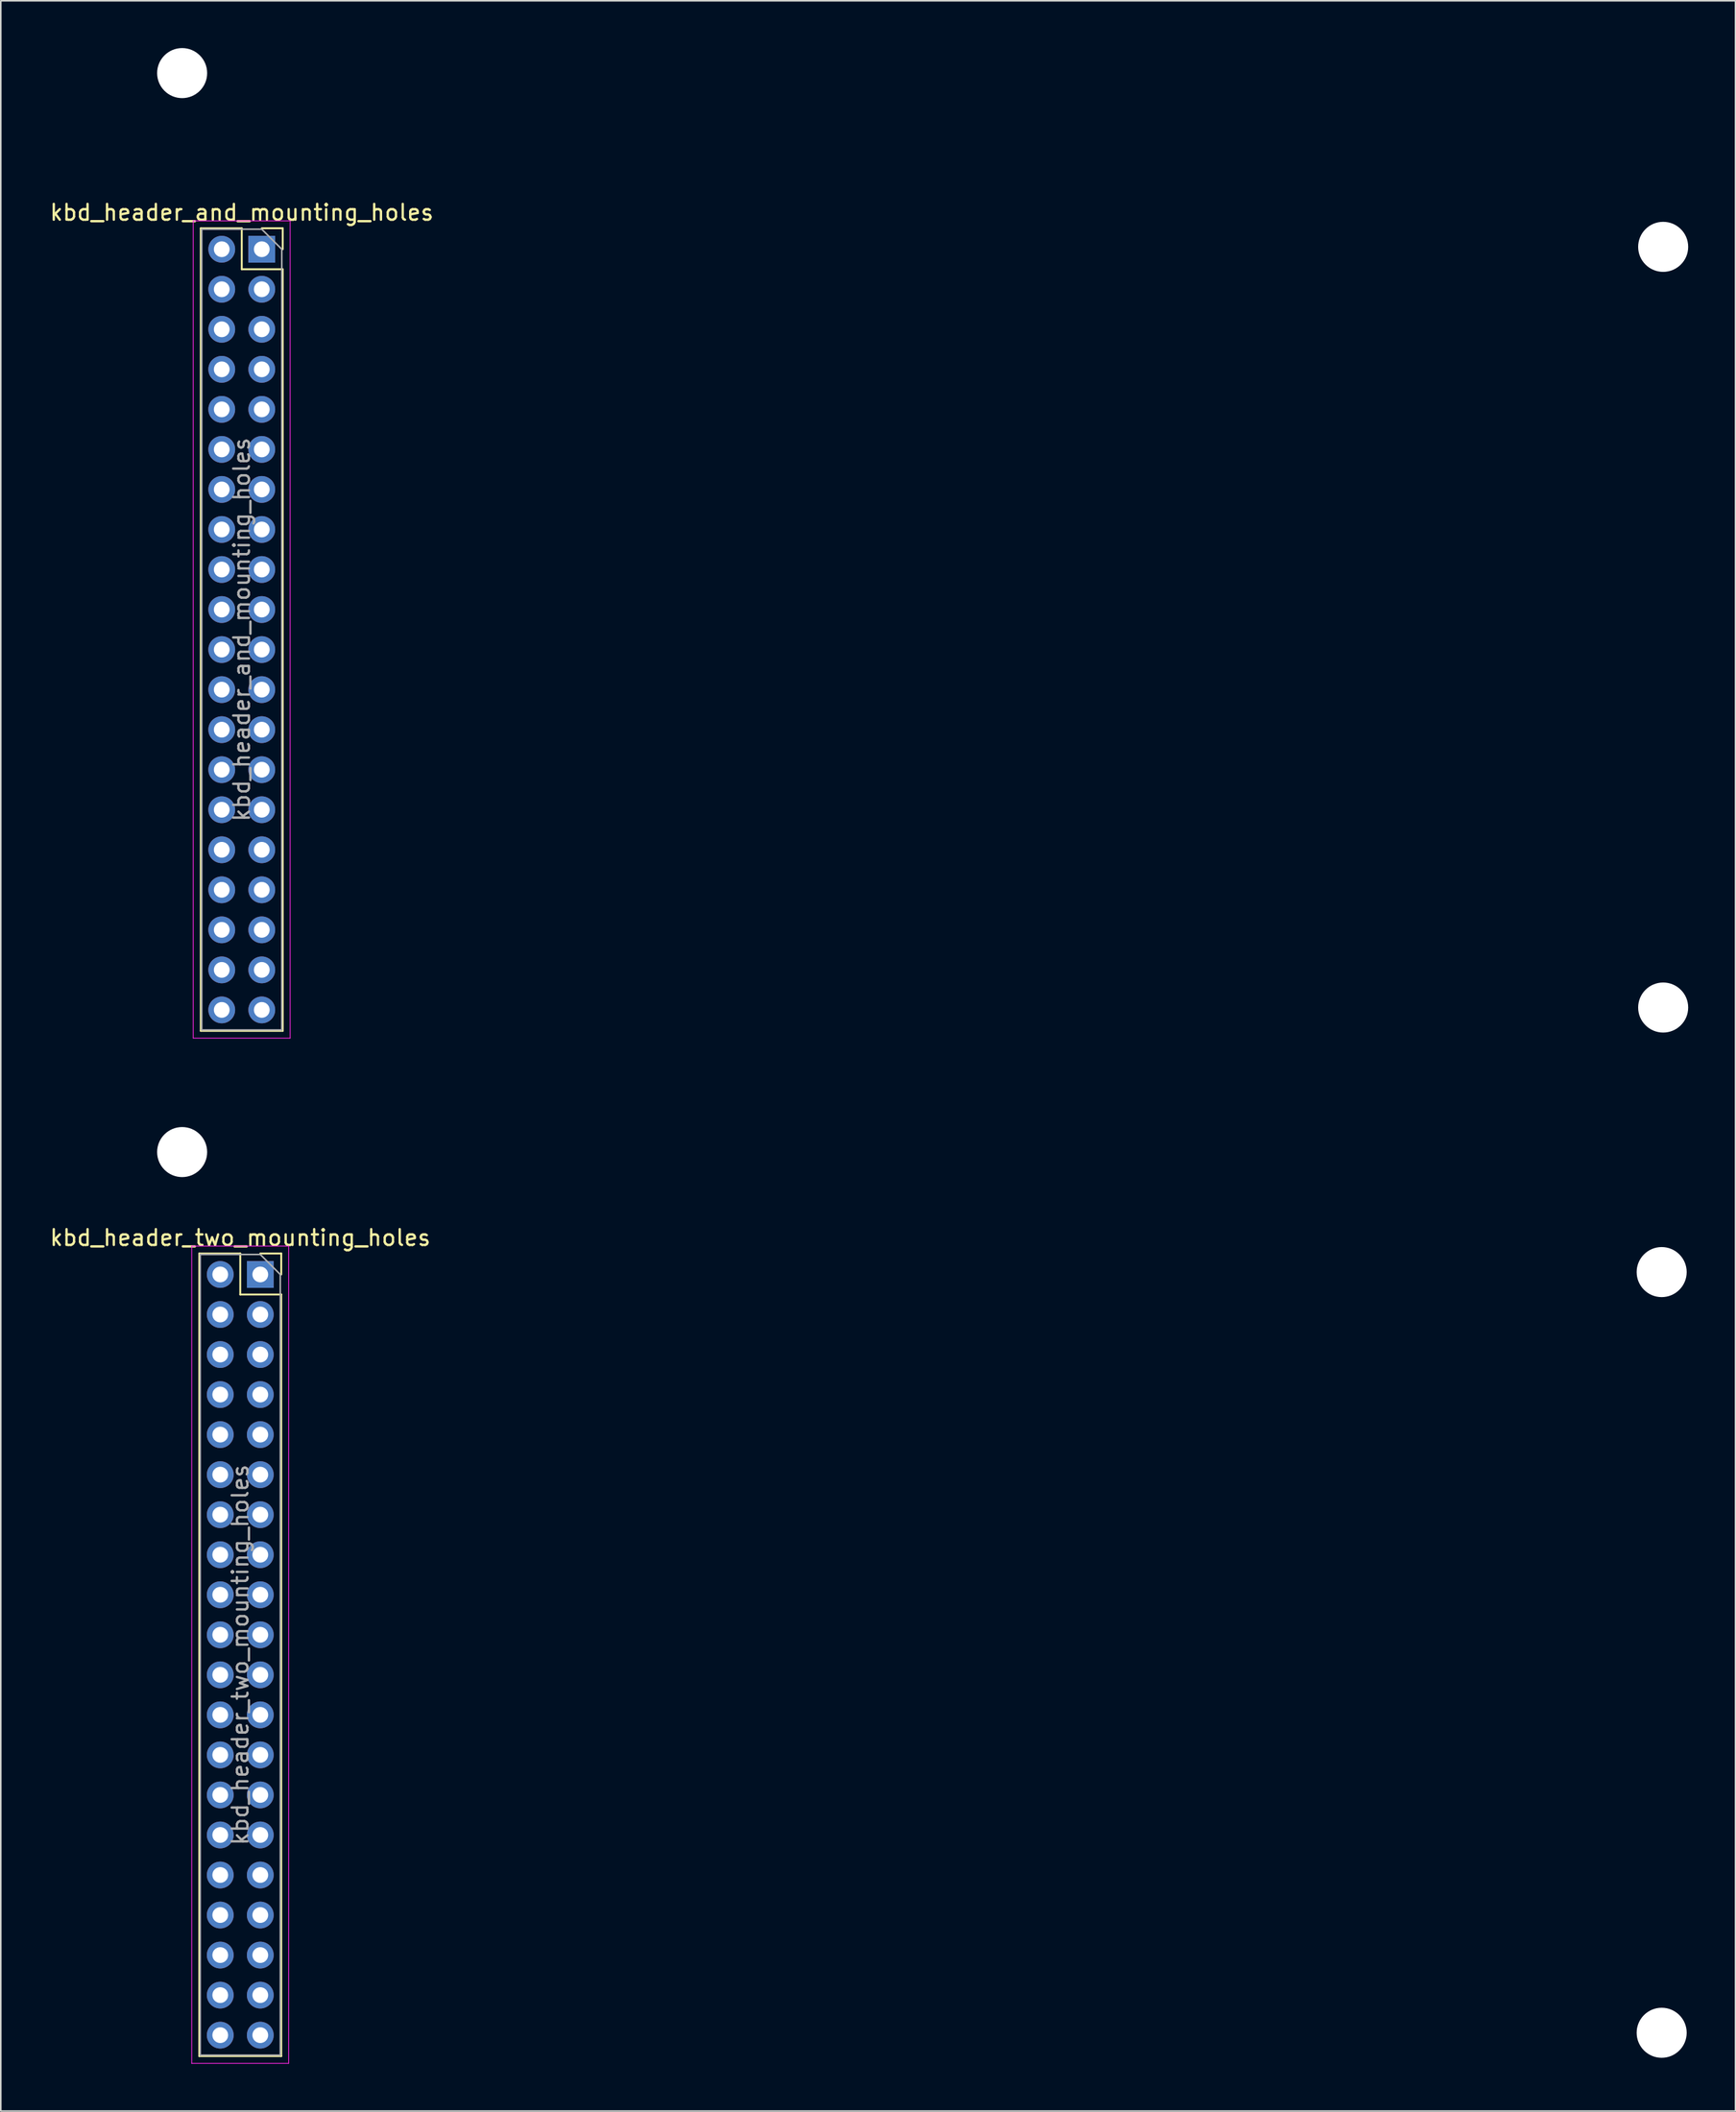
<source format=kicad_pcb>
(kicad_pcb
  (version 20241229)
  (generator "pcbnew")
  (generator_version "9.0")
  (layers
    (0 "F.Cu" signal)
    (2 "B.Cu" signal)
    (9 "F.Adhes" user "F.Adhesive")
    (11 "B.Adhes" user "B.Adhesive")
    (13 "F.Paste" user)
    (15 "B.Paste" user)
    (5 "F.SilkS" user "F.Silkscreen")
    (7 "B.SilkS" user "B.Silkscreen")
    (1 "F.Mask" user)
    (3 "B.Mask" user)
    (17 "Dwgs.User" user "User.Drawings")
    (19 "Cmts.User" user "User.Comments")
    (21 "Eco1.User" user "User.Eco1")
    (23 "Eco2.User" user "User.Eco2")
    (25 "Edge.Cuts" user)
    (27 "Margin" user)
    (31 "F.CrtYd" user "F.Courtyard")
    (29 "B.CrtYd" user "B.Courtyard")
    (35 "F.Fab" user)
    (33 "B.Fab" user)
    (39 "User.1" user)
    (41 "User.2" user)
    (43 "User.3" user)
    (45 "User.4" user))
  (footprint "kbd_header_two_mounting_holes"
    (layer "F.Cu")
    (at 10.901 77.984)
    (property "Reference" "kbd_header_two_mounting_holes" (at 1.295 -2.508 0) (layer "F.SilkS") (effects (font (size 1 1) (thickness 0.15))))
    (attr through_hole)
    (fp_line (start -1.305 -1.508) (end -1.305 49.412) (stroke (width 0.12) (type solid)) (layer "F.SilkS"))
    (fp_line (start 1.295 -1.508) (end -1.305 -1.508) (stroke (width 0.12) (type solid)) (layer "F.SilkS"))
    (fp_line (start 1.295 1.092) (end 1.295 -1.508) (stroke (width 0.12) (type solid)) (layer "F.SilkS"))
    (fp_line (start 3.895 -1.508) (end 2.565 -1.508) (stroke (width 0.12) (type solid)) (layer "F.SilkS"))
    (fp_line (start 3.895 -0.178) (end 3.895 -1.508) (stroke (width 0.12) (type solid)) (layer "F.SilkS"))
    (fp_line (start 3.895 1.092) (end 1.295 1.092) (stroke (width 0.12) (type solid)) (layer "F.SilkS"))
    (fp_line (start 3.895 1.092) (end 3.895 49.412) (stroke (width 0.12) (type solid)) (layer "F.SilkS"))
    (fp_line (start 3.895 49.412) (end -1.305 49.412) (stroke (width 0.12) (type solid)) (layer "F.SilkS"))
    (fp_line (start -1.785 -1.978) (end 4.365 -1.978) (stroke (width 0.05) (type solid)) (layer "F.CrtYd"))
    (fp_line (start -1.785 49.872) (end -1.785 -1.978) (stroke (width 0.05) (type solid)) (layer "F.CrtYd"))
    (fp_line (start 4.365 -1.978) (end 4.365 49.872) (stroke (width 0.05) (type solid)) (layer "F.CrtYd"))
    (fp_line (start 4.365 49.872) (end -1.785 49.872) (stroke (width 0.05) (type solid)) (layer "F.CrtYd"))
    (fp_line (start -1.245 -1.448) (end -1.245 49.352) (stroke (width 0.1) (type solid)) (layer "F.Fab"))
    (fp_line (start -1.245 49.352) (end 3.835 49.352) (stroke (width 0.1) (type solid)) (layer "F.Fab"))
    (fp_line (start 2.565 -1.448) (end -1.245 -1.448) (stroke (width 0.1) (type solid)) (layer "F.Fab"))
    (fp_line (start 3.835 -0.178) (end 2.565 -1.448) (stroke (width 0.1) (type solid)) (layer "F.Fab"))
    (fp_line (start 3.835 49.352) (end 3.835 -0.178) (stroke (width 0.1) (type solid)) (layer "F.Fab"))
    (fp_text user "${REFERENCE}" (at 1.295 23.952 90) (layer "F.Fab") (effects (font (size 1 1) (thickness 0.15))))
    (pad "" np_thru_hole circle (at 91.492 -0.329) (size 3.175 3.175) (drill 3.175) (layers "*.Cu" "*.Mask"))
    (pad "" np_thru_hole circle (at 91.492 47.931) (size 3.175 3.175) (drill 3.175) (layers "*.Cu" "*.Mask"))
    (pad "1" thru_hole rect (at 2.565 -0.178) (size 1.7 1.7) (drill 1) (layers "*.Cu" "*.Mask"))
    (pad "2" thru_hole oval (at 0.025 -0.178) (size 1.7 1.7) (drill 1) (layers "*.Cu" "*.Mask"))
    (pad "3" thru_hole oval (at 2.565 2.362) (size 1.7 1.7) (drill 1) (layers "*.Cu" "*.Mask"))
    (pad "4" thru_hole oval (at 0.025 2.362) (size 1.7 1.7) (drill 1) (layers "*.Cu" "*.Mask"))
    (pad "5" thru_hole oval (at 2.565 4.902) (size 1.7 1.7) (drill 1) (layers "*.Cu" "*.Mask"))
    (pad "6" thru_hole oval (at 0.025 4.902) (size 1.7 1.7) (drill 1) (layers "*.Cu" "*.Mask"))
    (pad "7" thru_hole oval (at 2.565 7.442) (size 1.7 1.7) (drill 1) (layers "*.Cu" "*.Mask"))
    (pad "8" thru_hole oval (at 0.025 7.442) (size 1.7 1.7) (drill 1) (layers "*.Cu" "*.Mask"))
    (pad "9" thru_hole oval (at 2.565 9.982) (size 1.7 1.7) (drill 1) (layers "*.Cu" "*.Mask"))
    (pad "10" thru_hole oval (at 0.025 9.982) (size 1.7 1.7) (drill 1) (layers "*.Cu" "*.Mask"))
    (pad "11" thru_hole oval (at 2.565 12.522) (size 1.7 1.7) (drill 1) (layers "*.Cu" "*.Mask"))
    (pad "12" thru_hole oval (at 0.025 12.522) (size 1.7 1.7) (drill 1) (layers "*.Cu" "*.Mask"))
    (pad "13" thru_hole oval (at 2.565 15.062) (size 1.7 1.7) (drill 1) (layers "*.Cu" "*.Mask"))
    (pad "14" thru_hole oval (at 0.025 15.062) (size 1.7 1.7) (drill 1) (layers "*.Cu" "*.Mask"))
    (pad "15" thru_hole oval (at 2.565 17.602) (size 1.7 1.7) (drill 1) (layers "*.Cu" "*.Mask"))
    (pad "16" thru_hole oval (at 0.025 17.602) (size 1.7 1.7) (drill 1) (layers "*.Cu" "*.Mask"))
    (pad "17" thru_hole oval (at 2.565 20.142) (size 1.7 1.7) (drill 1) (layers "*.Cu" "*.Mask"))
    (pad "18" thru_hole oval (at 0.025 20.142) (size 1.7 1.7) (drill 1) (layers "*.Cu" "*.Mask"))
    (pad "19" thru_hole oval (at 2.565 22.682) (size 1.7 1.7) (drill 1) (layers "*.Cu" "*.Mask"))
    (pad "20" thru_hole oval (at 0.025 22.682) (size 1.7 1.7) (drill 1) (layers "*.Cu" "*.Mask"))
    (pad "21" thru_hole oval (at 2.565 25.222) (size 1.7 1.7) (drill 1) (layers "*.Cu" "*.Mask"))
    (pad "22" thru_hole oval (at 0.025 25.222) (size 1.7 1.7) (drill 1) (layers "*.Cu" "*.Mask"))
    (pad "23" thru_hole oval (at 2.565 27.762) (size 1.7 1.7) (drill 1) (layers "*.Cu" "*.Mask"))
    (pad "24" thru_hole oval (at 0.025 27.762) (size 1.7 1.7) (drill 1) (layers "*.Cu" "*.Mask"))
    (pad "25" thru_hole oval (at 2.565 30.302) (size 1.7 1.7) (drill 1) (layers "*.Cu" "*.Mask"))
    (pad "26" thru_hole oval (at 0.025 30.302) (size 1.7 1.7) (drill 1) (layers "*.Cu" "*.Mask"))
    (pad "27" thru_hole oval (at 2.565 32.842) (size 1.7 1.7) (drill 1) (layers "*.Cu" "*.Mask"))
    (pad "28" thru_hole oval (at 0.025 32.842) (size 1.7 1.7) (drill 1) (layers "*.Cu" "*.Mask"))
    (pad "29" thru_hole oval (at 2.565 35.382) (size 1.7 1.7) (drill 1) (layers "*.Cu" "*.Mask"))
    (pad "30" thru_hole oval (at 0.025 35.382) (size 1.7 1.7) (drill 1) (layers "*.Cu" "*.Mask"))
    (pad "31" thru_hole oval (at 2.565 37.922) (size 1.7 1.7) (drill 1) (layers "*.Cu" "*.Mask"))
    (pad "32" thru_hole oval (at 0.025 37.922) (size 1.7 1.7) (drill 1) (layers "*.Cu" "*.Mask"))
    (pad "33" thru_hole oval (at 2.565 40.462) (size 1.7 1.7) (drill 1) (layers "*.Cu" "*.Mask"))
    (pad "34" thru_hole oval (at 0.025 40.462) (size 1.7 1.7) (drill 1) (layers "*.Cu" "*.Mask"))
    (pad "35" thru_hole oval (at 2.565 43.002) (size 1.7 1.7) (drill 1) (layers "*.Cu" "*.Mask"))
    (pad "36" thru_hole oval (at 0.025 43.002) (size 1.7 1.7) (drill 1) (layers "*.Cu" "*.Mask"))
    (pad "37" thru_hole oval (at 2.565 45.542) (size 1.7 1.7) (drill 1) (layers "*.Cu" "*.Mask"))
    (pad "38" thru_hole oval (at 0.025 45.542) (size 1.7 1.7) (drill 1) (layers "*.Cu" "*.Mask"))
    (pad "39" thru_hole oval (at 2.565 48.082) (size 1.7 1.7) (drill 1) (layers "*.Cu" "*.Mask"))
    (pad "40" thru_hole oval (at 0.025 48.082) (size 1.7 1.7) (drill 1) (layers "*.Cu" "*.Mask")))
  (footprint "kbd_header_and_mounting_holes"
    (layer "F.Cu")
    (at 10.996 12.94)
    (property "Reference" "kbd_header_and_mounting_holes" (at 1.295 -2.508 0) (layer "F.SilkS") (effects (font (size 1 1) (thickness 0.15))))
    (attr through_hole)
    (fp_line (start -1.305 -1.508) (end -1.305 49.412) (stroke (width 0.12) (type solid)) (layer "F.SilkS"))
    (fp_line (start 1.295 -1.508) (end -1.305 -1.508) (stroke (width 0.12) (type solid)) (layer "F.SilkS"))
    (fp_line (start 1.295 1.092) (end 1.295 -1.508) (stroke (width 0.12) (type solid)) (layer "F.SilkS"))
    (fp_line (start 3.895 -1.508) (end 2.565 -1.508) (stroke (width 0.12) (type solid)) (layer "F.SilkS"))
    (fp_line (start 3.895 -0.178) (end 3.895 -1.508) (stroke (width 0.12) (type solid)) (layer "F.SilkS"))
    (fp_line (start 3.895 1.092) (end 1.295 1.092) (stroke (width 0.12) (type solid)) (layer "F.SilkS"))
    (fp_line (start 3.895 1.092) (end 3.895 49.412) (stroke (width 0.12) (type solid)) (layer "F.SilkS"))
    (fp_line (start 3.895 49.412) (end -1.305 49.412) (stroke (width 0.12) (type solid)) (layer "F.SilkS"))
    (fp_line (start -1.785 -1.978) (end 4.365 -1.978) (stroke (width 0.05) (type solid)) (layer "F.CrtYd"))
    (fp_line (start -1.785 49.872) (end -1.785 -1.978) (stroke (width 0.05) (type solid)) (layer "F.CrtYd"))
    (fp_line (start 4.365 -1.978) (end 4.365 49.872) (stroke (width 0.05) (type solid)) (layer "F.CrtYd"))
    (fp_line (start 4.365 49.872) (end -1.785 49.872) (stroke (width 0.05) (type solid)) (layer "F.CrtYd"))
    (fp_line (start -1.245 -1.448) (end -1.245 49.352) (stroke (width 0.1) (type solid)) (layer "F.Fab"))
    (fp_line (start -1.245 49.352) (end 3.835 49.352) (stroke (width 0.1) (type solid)) (layer "F.Fab"))
    (fp_line (start 2.565 -1.448) (end -1.245 -1.448) (stroke (width 0.1) (type solid)) (layer "F.Fab"))
    (fp_line (start 3.835 -0.178) (end 2.565 -1.448) (stroke (width 0.1) (type solid)) (layer "F.Fab"))
    (fp_line (start 3.835 49.352) (end 3.835 -0.178) (stroke (width 0.1) (type solid)) (layer "F.Fab"))
    (fp_text user "${REFERENCE}" (at 1.295 23.952 90) (layer "F.Fab") (effects (font (size 1 1) (thickness 0.15))))
    (pad "" np_thru_hole circle (at -2.488 -11.352) (size 3.175 3.175) (drill 3.175) (layers "*.Cu" "*.Mask"))
    (pad "" np_thru_hole circle (at -2.488 57.101) (size 3.175 3.175) (drill 3.175) (layers "*.Cu" "*.Mask"))
    (pad "" np_thru_hole circle (at 91.492 -0.329) (size 3.175 3.175) (drill 3.175) (layers "*.Cu" "*.Mask"))
    (pad "" np_thru_hole circle (at 91.492 47.931) (size 3.175 3.175) (drill 3.175) (layers "*.Cu" "*.Mask"))
    (pad "1" thru_hole rect (at 2.565 -0.178) (size 1.7 1.7) (drill 1) (layers "*.Cu" "*.Mask"))
    (pad "2" thru_hole oval (at 0.025 -0.178) (size 1.7 1.7) (drill 1) (layers "*.Cu" "*.Mask"))
    (pad "3" thru_hole oval (at 2.565 2.362) (size 1.7 1.7) (drill 1) (layers "*.Cu" "*.Mask"))
    (pad "4" thru_hole oval (at 0.025 2.362) (size 1.7 1.7) (drill 1) (layers "*.Cu" "*.Mask"))
    (pad "5" thru_hole oval (at 2.565 4.902) (size 1.7 1.7) (drill 1) (layers "*.Cu" "*.Mask"))
    (pad "6" thru_hole oval (at 0.025 4.902) (size 1.7 1.7) (drill 1) (layers "*.Cu" "*.Mask"))
    (pad "7" thru_hole oval (at 2.565 7.442) (size 1.7 1.7) (drill 1) (layers "*.Cu" "*.Mask"))
    (pad "8" thru_hole oval (at 0.025 7.442) (size 1.7 1.7) (drill 1) (layers "*.Cu" "*.Mask"))
    (pad "9" thru_hole oval (at 2.565 9.982) (size 1.7 1.7) (drill 1) (layers "*.Cu" "*.Mask"))
    (pad "10" thru_hole oval (at 0.025 9.982) (size 1.7 1.7) (drill 1) (layers "*.Cu" "*.Mask"))
    (pad "11" thru_hole oval (at 2.565 12.522) (size 1.7 1.7) (drill 1) (layers "*.Cu" "*.Mask"))
    (pad "12" thru_hole oval (at 0.025 12.522) (size 1.7 1.7) (drill 1) (layers "*.Cu" "*.Mask"))
    (pad "13" thru_hole oval (at 2.565 15.062) (size 1.7 1.7) (drill 1) (layers "*.Cu" "*.Mask"))
    (pad "14" thru_hole oval (at 0.025 15.062) (size 1.7 1.7) (drill 1) (layers "*.Cu" "*.Mask"))
    (pad "15" thru_hole oval (at 2.565 17.602) (size 1.7 1.7) (drill 1) (layers "*.Cu" "*.Mask"))
    (pad "16" thru_hole oval (at 0.025 17.602) (size 1.7 1.7) (drill 1) (layers "*.Cu" "*.Mask"))
    (pad "17" thru_hole oval (at 2.565 20.142) (size 1.7 1.7) (drill 1) (layers "*.Cu" "*.Mask"))
    (pad "18" thru_hole oval (at 0.025 20.142) (size 1.7 1.7) (drill 1) (layers "*.Cu" "*.Mask"))
    (pad "19" thru_hole oval (at 2.565 22.682) (size 1.7 1.7) (drill 1) (layers "*.Cu" "*.Mask"))
    (pad "20" thru_hole oval (at 0.025 22.682) (size 1.7 1.7) (drill 1) (layers "*.Cu" "*.Mask"))
    (pad "21" thru_hole oval (at 2.565 25.222) (size 1.7 1.7) (drill 1) (layers "*.Cu" "*.Mask"))
    (pad "22" thru_hole oval (at 0.025 25.222) (size 1.7 1.7) (drill 1) (layers "*.Cu" "*.Mask"))
    (pad "23" thru_hole oval (at 2.565 27.762) (size 1.7 1.7) (drill 1) (layers "*.Cu" "*.Mask"))
    (pad "24" thru_hole oval (at 0.025 27.762) (size 1.7 1.7) (drill 1) (layers "*.Cu" "*.Mask"))
    (pad "25" thru_hole oval (at 2.565 30.302) (size 1.7 1.7) (drill 1) (layers "*.Cu" "*.Mask"))
    (pad "26" thru_hole oval (at 0.025 30.302) (size 1.7 1.7) (drill 1) (layers "*.Cu" "*.Mask"))
    (pad "27" thru_hole oval (at 2.565 32.842) (size 1.7 1.7) (drill 1) (layers "*.Cu" "*.Mask"))
    (pad "28" thru_hole oval (at 0.025 32.842) (size 1.7 1.7) (drill 1) (layers "*.Cu" "*.Mask"))
    (pad "29" thru_hole oval (at 2.565 35.382) (size 1.7 1.7) (drill 1) (layers "*.Cu" "*.Mask"))
    (pad "30" thru_hole oval (at 0.025 35.382) (size 1.7 1.7) (drill 1) (layers "*.Cu" "*.Mask"))
    (pad "31" thru_hole oval (at 2.565 37.922) (size 1.7 1.7) (drill 1) (layers "*.Cu" "*.Mask"))
    (pad "32" thru_hole oval (at 0.025 37.922) (size 1.7 1.7) (drill 1) (layers "*.Cu" "*.Mask"))
    (pad "33" thru_hole oval (at 2.565 40.462) (size 1.7 1.7) (drill 1) (layers "*.Cu" "*.Mask"))
    (pad "34" thru_hole oval (at 0.025 40.462) (size 1.7 1.7) (drill 1) (layers "*.Cu" "*.Mask"))
    (pad "35" thru_hole oval (at 2.565 43.002) (size 1.7 1.7) (drill 1) (layers "*.Cu" "*.Mask"))
    (pad "36" thru_hole oval (at 0.025 43.002) (size 1.7 1.7) (drill 1) (layers "*.Cu" "*.Mask"))
    (pad "37" thru_hole oval (at 2.565 45.542) (size 1.7 1.7) (drill 1) (layers "*.Cu" "*.Mask"))
    (pad "38" thru_hole oval (at 0.025 45.542) (size 1.7 1.7) (drill 1) (layers "*.Cu" "*.Mask"))
    (pad "39" thru_hole oval (at 2.565 48.082) (size 1.7 1.7) (drill 1) (layers "*.Cu" "*.Mask"))
    (pad "40" thru_hole oval (at 0.025 48.082) (size 1.7 1.7) (drill 1) (layers "*.Cu" "*.Mask")))
  (gr_rect
    (start -3 -3)
    (end 107.076 130.881)
    (stroke (width 0.1) (type default))
    (fill no)
    (layer "Edge.Cuts")))
</source>
